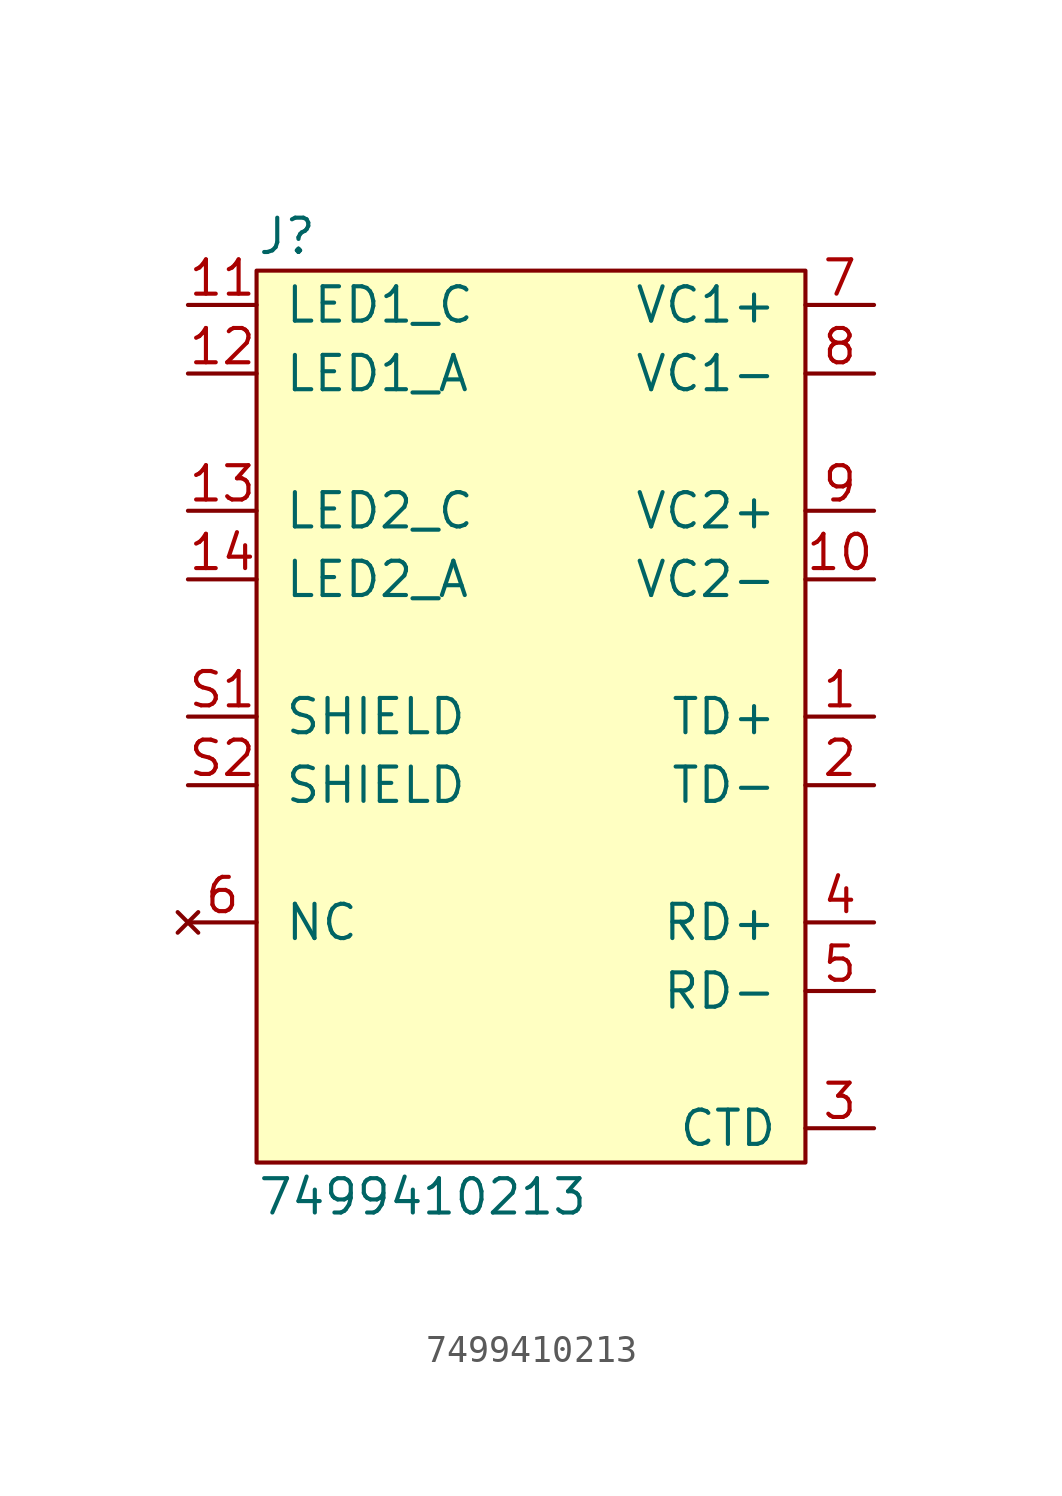
<source format=kicad_sym>
(kicad_symbol_lib
  (version 20211014)
  (generator agg_kicad.build_lib_ic)
  (symbol "7499410213"
    (pin_names
      (offset 1.016))
    (property Reference J
      (at -10.16 17.78 0)
      (effects (font (size 1.27 1.27)) (justify left)))
    (property Value "7499410213"
      (at -10.16 -17.78 0)
      (effects (font (size 1.27 1.27)) (justify left)))
    (symbol "7499410213_0_0"
      (rectangle (start -10.16 16.51) (end 10.16 -16.51) (stroke (width 0) (type default) (color 0 0 0 0)) (fill (type background)))
      (pin passive line (at -12.7 15.24 0) (length 2.54) (name "LED1_C" (effects (font (size 1.27 1.27)))) (number "11" (effects (font (size 1.27 1.27)))))
      (pin passive line (at -12.7 12.7 0) (length 2.54) (name "LED1_A" (effects (font (size 1.27 1.27)))) (number "12" (effects (font (size 1.27 1.27)))))
      (pin passive line (at -12.7 7.62 0) (length 2.54) (name "LED2_C" (effects (font (size 1.27 1.27)))) (number "13" (effects (font (size 1.27 1.27)))))
      (pin passive line (at -12.7 5.08 0) (length 2.54) (name "LED2_A" (effects (font (size 1.27 1.27)))) (number "14" (effects (font (size 1.27 1.27)))))
      (pin passive line (at -12.7 0 0) (length 2.54) (name SHIELD (effects (font (size 1.27 1.27)))) (number "S1" (effects (font (size 1.27 1.27)))))
      (pin passive line (at -12.7 -2.54 0) (length 2.54) (name SHIELD (effects (font (size 1.27 1.27)))) (number "S2" (effects (font (size 1.27 1.27)))))
      (pin no_connect line (at -12.7 -7.62 0) (length 2.54) (name NC (effects (font (size 1.27 1.27)))) (number "6" (effects (font (size 1.27 1.27)))))
      (pin power_out line (at 12.7 15.24 180) (length 2.54) (name "VC1+" (effects (font (size 1.27 1.27)))) (number "7" (effects (font (size 1.27 1.27)))))
      (pin power_out line (at 12.7 12.7 180) (length 2.54) (name "VC1-" (effects (font (size 1.27 1.27)))) (number "8" (effects (font (size 1.27 1.27)))))
      (pin power_out line (at 12.7 7.62 180) (length 2.54) (name "VC2+" (effects (font (size 1.27 1.27)))) (number "9" (effects (font (size 1.27 1.27)))))
      (pin power_out line (at 12.7 5.08 180) (length 2.54) (name "VC2-" (effects (font (size 1.27 1.27)))) (number "10" (effects (font (size 1.27 1.27)))))
      (pin passive line (at 12.7 0 180) (length 2.54) (name "TD+" (effects (font (size 1.27 1.27)))) (number "1" (effects (font (size 1.27 1.27)))))
      (pin passive line (at 12.7 -2.54 180) (length 2.54) (name "TD-" (effects (font (size 1.27 1.27)))) (number "2" (effects (font (size 1.27 1.27)))))
      (pin passive line (at 12.7 -7.62 180) (length 2.54) (name "RD+" (effects (font (size 1.27 1.27)))) (number "4" (effects (font (size 1.27 1.27)))))
      (pin passive line (at 12.7 -10.16 180) (length 2.54) (name "RD-" (effects (font (size 1.27 1.27)))) (number "5" (effects (font (size 1.27 1.27)))))
      (pin passive line (at 12.7 -15.24 180) (length 2.54) (name CTD (effects (font (size 1.27 1.27)))) (number "3" (effects (font (size 1.27 1.27))))))))
</source>
